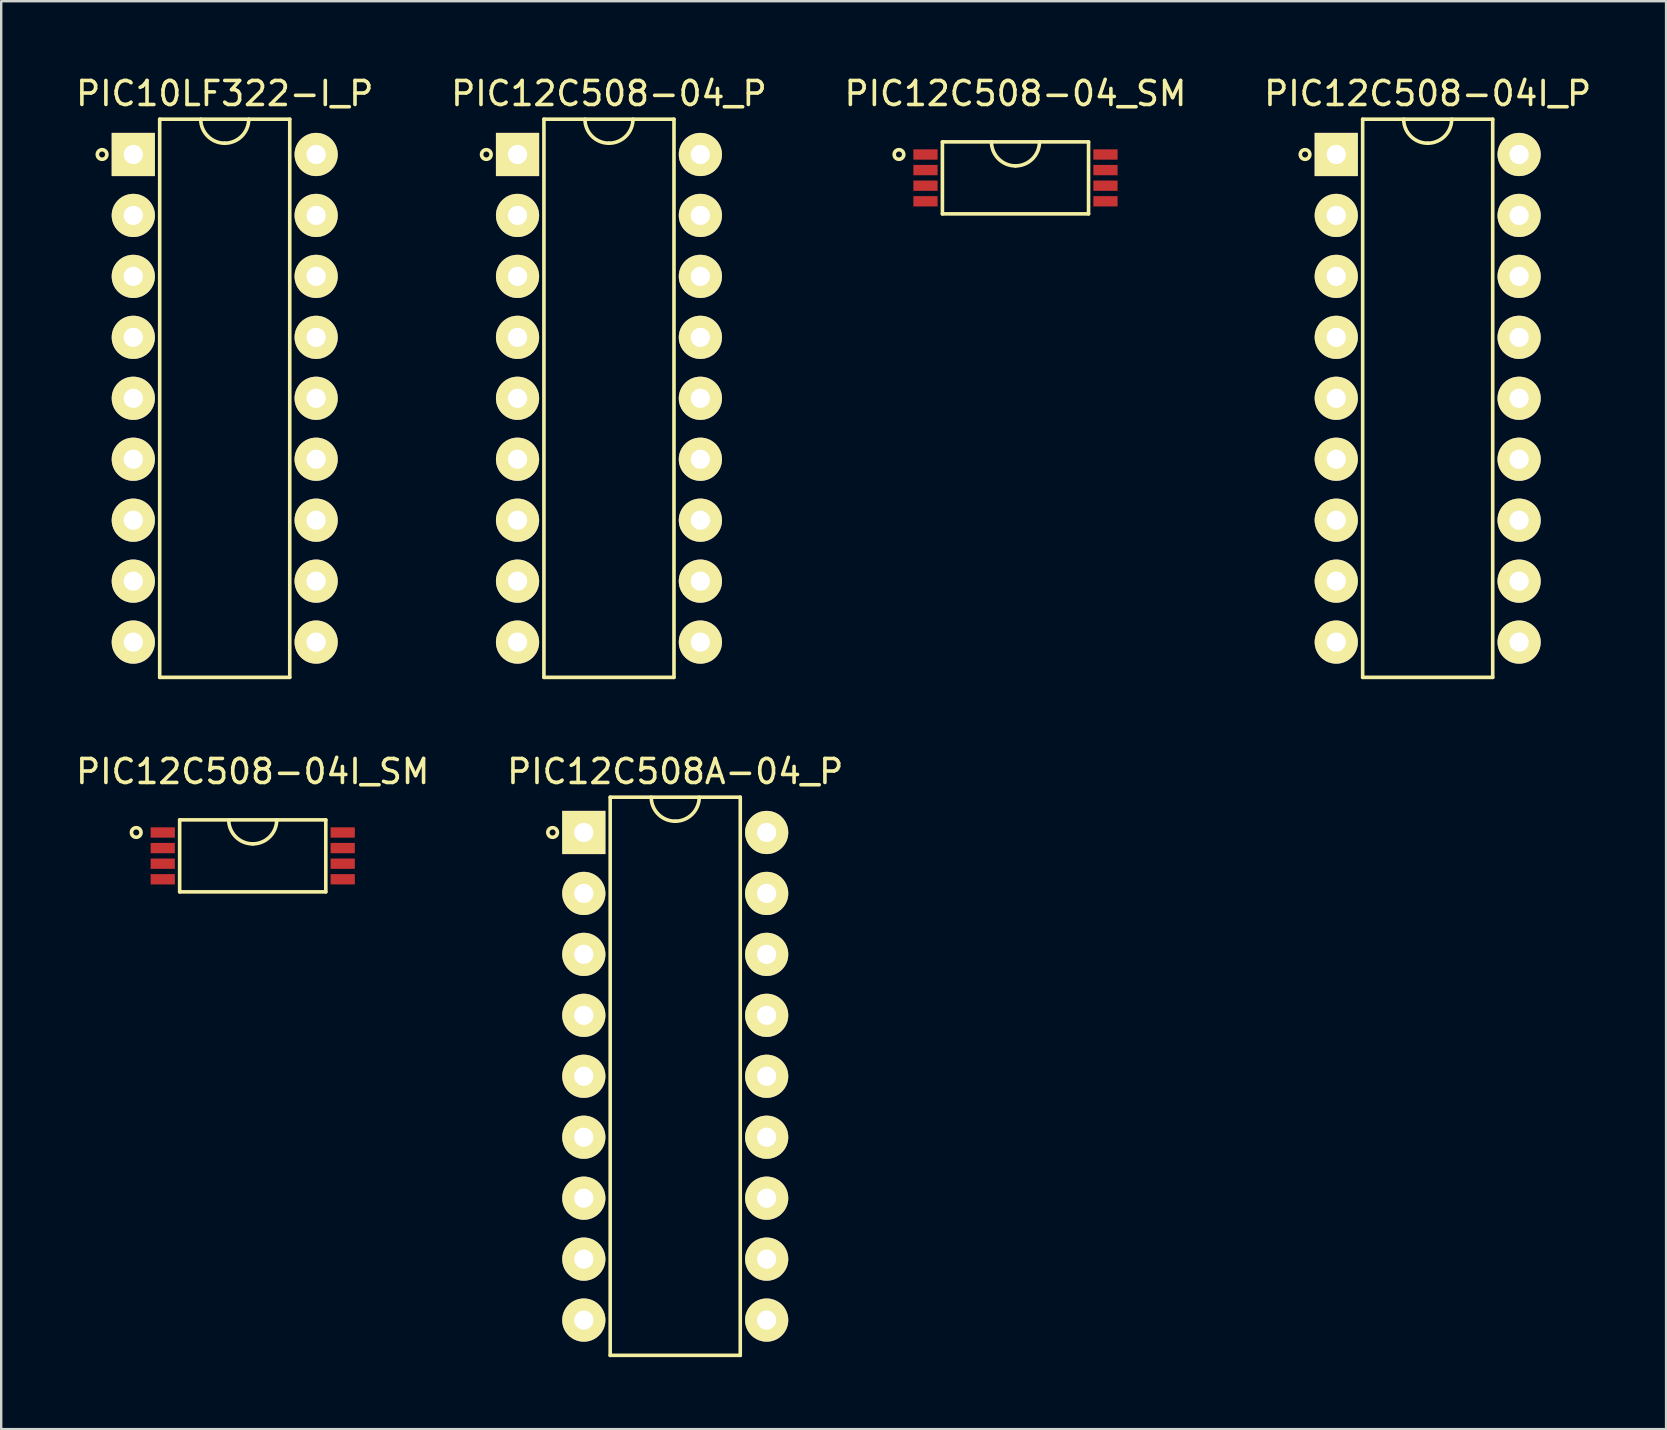
<source format=kicad_pcb>
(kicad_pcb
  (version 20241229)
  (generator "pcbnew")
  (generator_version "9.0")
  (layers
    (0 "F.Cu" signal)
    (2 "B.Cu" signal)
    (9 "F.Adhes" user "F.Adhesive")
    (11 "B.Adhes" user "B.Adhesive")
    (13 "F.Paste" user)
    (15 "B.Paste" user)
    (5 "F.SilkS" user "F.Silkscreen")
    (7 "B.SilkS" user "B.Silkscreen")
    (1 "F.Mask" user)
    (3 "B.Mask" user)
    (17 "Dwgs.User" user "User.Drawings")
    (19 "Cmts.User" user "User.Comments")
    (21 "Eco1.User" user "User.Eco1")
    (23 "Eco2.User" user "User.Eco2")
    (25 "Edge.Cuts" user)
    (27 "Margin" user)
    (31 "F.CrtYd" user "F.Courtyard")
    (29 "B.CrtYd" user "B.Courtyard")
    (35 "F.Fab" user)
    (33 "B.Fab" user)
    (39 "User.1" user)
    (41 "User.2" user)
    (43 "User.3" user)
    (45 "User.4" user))
  (footprint "PIC10LF322-I_P"
    (layer "F.Cu")
    (at 2.505 3.388)
    (property "Reference" "PIC10LF322-I_P" (at 3.81 -2.54 0) (layer "F.SilkS") (effects (font (size 1 1) (thickness 0.15))))
    (attr through_hole)
    (fp_line (start 1.1 -1.47) (end 6.52 -1.47) (stroke (width 0.15) (type solid)) (layer "F.SilkS"))
    (fp_line (start 1.1 21.79) (end 1.1 -1.47) (stroke (width 0.15) (type solid)) (layer "F.SilkS"))
    (fp_line (start 6.52 -1.47) (end 6.52 21.79) (stroke (width 0.15) (type solid)) (layer "F.SilkS"))
    (fp_line (start 6.52 21.79) (end 1.1 21.79) (stroke (width 0.15) (type solid)) (layer "F.SilkS"))
    (fp_arc (start 3.81 -0.47) (mid 3.102893 -0.762893) (end 2.81 -1.47) (stroke (width 0.15) (type solid)) (layer "F.SilkS"))
    (fp_arc (start 4.81 -1.47) (mid 4.517107 -0.762893) (end 3.81 -0.47) (stroke (width 0.15) (type solid)) (layer "F.SilkS"))
    (fp_circle (center -1.3 0) (end -1.3 0.2) (stroke (width 0.15) (type solid)) (fill no) (layer "F.SilkS"))
    (pad "1" thru_hole rect (at 0 0) (size 1.8 1.8) (drill 0.8) (layers "*.Cu" "*.Mask" "F.SilkS"))
    (pad "2" thru_hole circle (at 0 2.54) (size 1.8 1.8) (drill 0.8) (layers "*.Cu" "*.Mask" "F.SilkS"))
    (pad "3" thru_hole circle (at 0 5.08) (size 1.8 1.8) (drill 0.8) (layers "*.Cu" "*.Mask" "F.SilkS"))
    (pad "4" thru_hole circle (at 0 7.62) (size 1.8 1.8) (drill 0.8) (layers "*.Cu" "*.Mask" "F.SilkS"))
    (pad "5" thru_hole circle (at 0 10.16) (size 1.8 1.8) (drill 0.8) (layers "*.Cu" "*.Mask" "F.SilkS"))
    (pad "6" thru_hole circle (at 0 12.7) (size 1.8 1.8) (drill 0.8) (layers "*.Cu" "*.Mask" "F.SilkS"))
    (pad "7" thru_hole circle (at 0 15.24) (size 1.8 1.8) (drill 0.8) (layers "*.Cu" "*.Mask" "F.SilkS"))
    (pad "8" thru_hole circle (at 0 17.78) (size 1.8 1.8) (drill 0.8) (layers "*.Cu" "*.Mask" "F.SilkS"))
    (pad "9" thru_hole circle (at 0 20.32) (size 1.8 1.8) (drill 0.8) (layers "*.Cu" "*.Mask" "F.SilkS"))
    (pad "10" thru_hole circle (at 7.62 20.32) (size 1.8 1.8) (drill 0.8) (layers "*.Cu" "*.Mask" "F.SilkS"))
    (pad "11" thru_hole circle (at 7.62 17.78) (size 1.8 1.8) (drill 0.8) (layers "*.Cu" "*.Mask" "F.SilkS"))
    (pad "12" thru_hole circle (at 7.62 15.24) (size 1.8 1.8) (drill 0.8) (layers "*.Cu" "*.Mask" "F.SilkS"))
    (pad "13" thru_hole circle (at 7.62 12.7) (size 1.8 1.8) (drill 0.8) (layers "*.Cu" "*.Mask" "F.SilkS"))
    (pad "14" thru_hole circle (at 7.62 10.16) (size 1.8 1.8) (drill 0.8) (layers "*.Cu" "*.Mask" "F.SilkS"))
    (pad "15" thru_hole circle (at 7.62 7.62) (size 1.8 1.8) (drill 0.8) (layers "*.Cu" "*.Mask" "F.SilkS"))
    (pad "16" thru_hole circle (at 7.62 5.08) (size 1.8 1.8) (drill 0.8) (layers "*.Cu" "*.Mask" "F.SilkS"))
    (pad "17" thru_hole circle (at 7.62 2.54) (size 1.8 1.8) (drill 0.8) (layers "*.Cu" "*.Mask" "F.SilkS"))
    (pad "18" thru_hole circle (at 7.62 0) (size 1.8 1.8) (drill 0.8) (layers "*.Cu" "*.Mask" "F.SilkS")))
  (footprint "PIC12C508A-04_P"
    (layer "F.Cu")
    (at 21.279 31.642)
    (property "Reference" "PIC12C508A-04_P" (at 3.81 -2.54 0) (layer "F.SilkS") (effects (font (size 1 1) (thickness 0.15))))
    (attr through_hole)
    (fp_line (start 1.1 -1.47) (end 6.52 -1.47) (stroke (width 0.15) (type solid)) (layer "F.SilkS"))
    (fp_line (start 1.1 21.79) (end 1.1 -1.47) (stroke (width 0.15) (type solid)) (layer "F.SilkS"))
    (fp_line (start 6.52 -1.47) (end 6.52 21.79) (stroke (width 0.15) (type solid)) (layer "F.SilkS"))
    (fp_line (start 6.52 21.79) (end 1.1 21.79) (stroke (width 0.15) (type solid)) (layer "F.SilkS"))
    (fp_arc (start 3.81 -0.47) (mid 3.102893 -0.762893) (end 2.81 -1.47) (stroke (width 0.15) (type solid)) (layer "F.SilkS"))
    (fp_arc (start 4.81 -1.47) (mid 4.517107 -0.762893) (end 3.81 -0.47) (stroke (width 0.15) (type solid)) (layer "F.SilkS"))
    (fp_circle (center -1.3 0) (end -1.3 0.2) (stroke (width 0.15) (type solid)) (fill no) (layer "F.SilkS"))
    (pad "1" thru_hole rect (at 0 0) (size 1.8 1.8) (drill 0.8) (layers "*.Cu" "*.Mask" "F.SilkS"))
    (pad "2" thru_hole circle (at 0 2.54) (size 1.8 1.8) (drill 0.8) (layers "*.Cu" "*.Mask" "F.SilkS"))
    (pad "3" thru_hole circle (at 0 5.08) (size 1.8 1.8) (drill 0.8) (layers "*.Cu" "*.Mask" "F.SilkS"))
    (pad "4" thru_hole circle (at 0 7.62) (size 1.8 1.8) (drill 0.8) (layers "*.Cu" "*.Mask" "F.SilkS"))
    (pad "5" thru_hole circle (at 0 10.16) (size 1.8 1.8) (drill 0.8) (layers "*.Cu" "*.Mask" "F.SilkS"))
    (pad "6" thru_hole circle (at 0 12.7) (size 1.8 1.8) (drill 0.8) (layers "*.Cu" "*.Mask" "F.SilkS"))
    (pad "7" thru_hole circle (at 0 15.24) (size 1.8 1.8) (drill 0.8) (layers "*.Cu" "*.Mask" "F.SilkS"))
    (pad "8" thru_hole circle (at 0 17.78) (size 1.8 1.8) (drill 0.8) (layers "*.Cu" "*.Mask" "F.SilkS"))
    (pad "9" thru_hole circle (at 0 20.32) (size 1.8 1.8) (drill 0.8) (layers "*.Cu" "*.Mask" "F.SilkS"))
    (pad "10" thru_hole circle (at 7.62 20.32) (size 1.8 1.8) (drill 0.8) (layers "*.Cu" "*.Mask" "F.SilkS"))
    (pad "11" thru_hole circle (at 7.62 17.78) (size 1.8 1.8) (drill 0.8) (layers "*.Cu" "*.Mask" "F.SilkS"))
    (pad "12" thru_hole circle (at 7.62 15.24) (size 1.8 1.8) (drill 0.8) (layers "*.Cu" "*.Mask" "F.SilkS"))
    (pad "13" thru_hole circle (at 7.62 12.7) (size 1.8 1.8) (drill 0.8) (layers "*.Cu" "*.Mask" "F.SilkS"))
    (pad "14" thru_hole circle (at 7.62 10.16) (size 1.8 1.8) (drill 0.8) (layers "*.Cu" "*.Mask" "F.SilkS"))
    (pad "15" thru_hole circle (at 7.62 7.62) (size 1.8 1.8) (drill 0.8) (layers "*.Cu" "*.Mask" "F.SilkS"))
    (pad "16" thru_hole circle (at 7.62 5.08) (size 1.8 1.8) (drill 0.8) (layers "*.Cu" "*.Mask" "F.SilkS"))
    (pad "17" thru_hole circle (at 7.62 2.54) (size 1.8 1.8) (drill 0.8) (layers "*.Cu" "*.Mask" "F.SilkS"))
    (pad "18" thru_hole circle (at 7.62 0) (size 1.8 1.8) (drill 0.8) (layers "*.Cu" "*.Mask" "F.SilkS")))
  (footprint "PIC12C508-04I_SM"
    (layer "F.Cu")
    (at 3.732 31.642)
    (property "Reference" "PIC12C508-04I_SM" (at 3.75 -2.54 0) (layer "F.SilkS") (effects (font (size 1 1) (thickness 0.15))))
    (attr through_hole)
    (fp_line (start 0.705 -0.525) (end 6.795 -0.525) (stroke (width 0.15) (type solid)) (layer "F.SilkS"))
    (fp_line (start 0.705 2.475) (end 0.705 -0.525) (stroke (width 0.15) (type solid)) (layer "F.SilkS"))
    (fp_line (start 6.795 -0.525) (end 6.795 2.475) (stroke (width 0.15) (type solid)) (layer "F.SilkS"))
    (fp_line (start 6.795 2.475) (end 0.705 2.475) (stroke (width 0.15) (type solid)) (layer "F.SilkS"))
    (fp_arc (start 3.75 0.475) (mid 3.042893 0.182107) (end 2.75 -0.525) (stroke (width 0.15) (type solid)) (layer "F.SilkS"))
    (fp_arc (start 4.75 -0.525) (mid 4.457107 0.182107) (end 3.75 0.475) (stroke (width 0.15) (type solid)) (layer "F.SilkS"))
    (fp_circle (center -1.105 0) (end -1.105 0.2) (stroke (width 0.15) (type solid)) (fill no) (layer "F.SilkS"))
    (pad "1" smd rect (at 0 0) (size 1.01 0.43) (layers "F.Cu" "F.Mask" "F.Paste"))
    (pad "2" smd rect (at 0 0.65) (size 1.01 0.43) (layers "F.Cu" "F.Mask" "F.Paste"))
    (pad "3" smd rect (at 0 1.3) (size 1.01 0.43) (layers "F.Cu" "F.Mask" "F.Paste"))
    (pad "4" smd rect (at 0 1.95) (size 1.01 0.43) (layers "F.Cu" "F.Mask" "F.Paste"))
    (pad "5" smd rect (at 7.5 1.95) (size 1.01 0.43) (layers "F.Cu" "F.Mask" "F.Paste"))
    (pad "6" smd rect (at 7.5 1.3) (size 1.01 0.43) (layers "F.Cu" "F.Mask" "F.Paste"))
    (pad "7" smd rect (at 7.5 0.65) (size 1.01 0.43) (layers "F.Cu" "F.Mask" "F.Paste"))
    (pad "8" smd rect (at 7.5 0) (size 1.01 0.43) (layers "F.Cu" "F.Mask" "F.Paste")))
  (footprint "PIC12C508-04_SM"
    (layer "F.Cu")
    (at 35.518 3.388)
    (property "Reference" "PIC12C508-04_SM" (at 3.75 -2.54 0) (layer "F.SilkS") (effects (font (size 1 1) (thickness 0.15))))
    (attr through_hole)
    (fp_line (start 0.705 -0.525) (end 6.795 -0.525) (stroke (width 0.15) (type solid)) (layer "F.SilkS"))
    (fp_line (start 0.705 2.475) (end 0.705 -0.525) (stroke (width 0.15) (type solid)) (layer "F.SilkS"))
    (fp_line (start 6.795 -0.525) (end 6.795 2.475) (stroke (width 0.15) (type solid)) (layer "F.SilkS"))
    (fp_line (start 6.795 2.475) (end 0.705 2.475) (stroke (width 0.15) (type solid)) (layer "F.SilkS"))
    (fp_arc (start 3.75 0.475) (mid 3.042893 0.182107) (end 2.75 -0.525) (stroke (width 0.15) (type solid)) (layer "F.SilkS"))
    (fp_arc (start 4.75 -0.525) (mid 4.457107 0.182107) (end 3.75 0.475) (stroke (width 0.15) (type solid)) (layer "F.SilkS"))
    (fp_circle (center -1.105 0) (end -1.105 0.2) (stroke (width 0.15) (type solid)) (fill no) (layer "F.SilkS"))
    (pad "1" smd rect (at 0 0) (size 1.01 0.43) (layers "F.Cu" "F.Mask" "F.Paste"))
    (pad "2" smd rect (at 0 0.65) (size 1.01 0.43) (layers "F.Cu" "F.Mask" "F.Paste"))
    (pad "3" smd rect (at 0 1.3) (size 1.01 0.43) (layers "F.Cu" "F.Mask" "F.Paste"))
    (pad "4" smd rect (at 0 1.95) (size 1.01 0.43) (layers "F.Cu" "F.Mask" "F.Paste"))
    (pad "5" smd rect (at 7.5 1.95) (size 1.01 0.43) (layers "F.Cu" "F.Mask" "F.Paste"))
    (pad "6" smd rect (at 7.5 1.3) (size 1.01 0.43) (layers "F.Cu" "F.Mask" "F.Paste"))
    (pad "7" smd rect (at 7.5 0.65) (size 1.01 0.43) (layers "F.Cu" "F.Mask" "F.Paste"))
    (pad "8" smd rect (at 7.5 0) (size 1.01 0.43) (layers "F.Cu" "F.Mask" "F.Paste")))
  (footprint "PIC12C508-04_P"
    (layer "F.Cu")
    (at 18.517 3.388)
    (property "Reference" "PIC12C508-04_P" (at 3.81 -2.54 0) (layer "F.SilkS") (effects (font (size 1 1) (thickness 0.15))))
    (attr through_hole)
    (fp_line (start 1.1 -1.47) (end 6.52 -1.47) (stroke (width 0.15) (type solid)) (layer "F.SilkS"))
    (fp_line (start 1.1 21.79) (end 1.1 -1.47) (stroke (width 0.15) (type solid)) (layer "F.SilkS"))
    (fp_line (start 6.52 -1.47) (end 6.52 21.79) (stroke (width 0.15) (type solid)) (layer "F.SilkS"))
    (fp_line (start 6.52 21.79) (end 1.1 21.79) (stroke (width 0.15) (type solid)) (layer "F.SilkS"))
    (fp_arc (start 3.81 -0.47) (mid 3.102893 -0.762893) (end 2.81 -1.47) (stroke (width 0.15) (type solid)) (layer "F.SilkS"))
    (fp_arc (start 4.81 -1.47) (mid 4.517107 -0.762893) (end 3.81 -0.47) (stroke (width 0.15) (type solid)) (layer "F.SilkS"))
    (fp_circle (center -1.3 0) (end -1.3 0.2) (stroke (width 0.15) (type solid)) (fill no) (layer "F.SilkS"))
    (pad "1" thru_hole rect (at 0 0) (size 1.8 1.8) (drill 0.8) (layers "*.Cu" "*.Mask" "F.SilkS"))
    (pad "2" thru_hole circle (at 0 2.54) (size 1.8 1.8) (drill 0.8) (layers "*.Cu" "*.Mask" "F.SilkS"))
    (pad "3" thru_hole circle (at 0 5.08) (size 1.8 1.8) (drill 0.8) (layers "*.Cu" "*.Mask" "F.SilkS"))
    (pad "4" thru_hole circle (at 0 7.62) (size 1.8 1.8) (drill 0.8) (layers "*.Cu" "*.Mask" "F.SilkS"))
    (pad "5" thru_hole circle (at 0 10.16) (size 1.8 1.8) (drill 0.8) (layers "*.Cu" "*.Mask" "F.SilkS"))
    (pad "6" thru_hole circle (at 0 12.7) (size 1.8 1.8) (drill 0.8) (layers "*.Cu" "*.Mask" "F.SilkS"))
    (pad "7" thru_hole circle (at 0 15.24) (size 1.8 1.8) (drill 0.8) (layers "*.Cu" "*.Mask" "F.SilkS"))
    (pad "8" thru_hole circle (at 0 17.78) (size 1.8 1.8) (drill 0.8) (layers "*.Cu" "*.Mask" "F.SilkS"))
    (pad "9" thru_hole circle (at 0 20.32) (size 1.8 1.8) (drill 0.8) (layers "*.Cu" "*.Mask" "F.SilkS"))
    (pad "10" thru_hole circle (at 7.62 20.32) (size 1.8 1.8) (drill 0.8) (layers "*.Cu" "*.Mask" "F.SilkS"))
    (pad "11" thru_hole circle (at 7.62 17.78) (size 1.8 1.8) (drill 0.8) (layers "*.Cu" "*.Mask" "F.SilkS"))
    (pad "12" thru_hole circle (at 7.62 15.24) (size 1.8 1.8) (drill 0.8) (layers "*.Cu" "*.Mask" "F.SilkS"))
    (pad "13" thru_hole circle (at 7.62 12.7) (size 1.8 1.8) (drill 0.8) (layers "*.Cu" "*.Mask" "F.SilkS"))
    (pad "14" thru_hole circle (at 7.62 10.16) (size 1.8 1.8) (drill 0.8) (layers "*.Cu" "*.Mask" "F.SilkS"))
    (pad "15" thru_hole circle (at 7.62 7.62) (size 1.8 1.8) (drill 0.8) (layers "*.Cu" "*.Mask" "F.SilkS"))
    (pad "16" thru_hole circle (at 7.62 5.08) (size 1.8 1.8) (drill 0.8) (layers "*.Cu" "*.Mask" "F.SilkS"))
    (pad "17" thru_hole circle (at 7.62 2.54) (size 1.8 1.8) (drill 0.8) (layers "*.Cu" "*.Mask" "F.SilkS"))
    (pad "18" thru_hole circle (at 7.62 0) (size 1.8 1.8) (drill 0.8) (layers "*.Cu" "*.Mask" "F.SilkS")))
  (footprint "PIC12C508-04I_P"
    (layer "F.Cu")
    (at 52.636 3.388)
    (property "Reference" "PIC12C508-04I_P" (at 3.81 -2.54 0) (layer "F.SilkS") (effects (font (size 1 1) (thickness 0.15))))
    (attr through_hole)
    (fp_line (start 1.1 -1.47) (end 6.52 -1.47) (stroke (width 0.15) (type solid)) (layer "F.SilkS"))
    (fp_line (start 1.1 21.79) (end 1.1 -1.47) (stroke (width 0.15) (type solid)) (layer "F.SilkS"))
    (fp_line (start 6.52 -1.47) (end 6.52 21.79) (stroke (width 0.15) (type solid)) (layer "F.SilkS"))
    (fp_line (start 6.52 21.79) (end 1.1 21.79) (stroke (width 0.15) (type solid)) (layer "F.SilkS"))
    (fp_arc (start 3.81 -0.47) (mid 3.102893 -0.762893) (end 2.81 -1.47) (stroke (width 0.15) (type solid)) (layer "F.SilkS"))
    (fp_arc (start 4.81 -1.47) (mid 4.517107 -0.762893) (end 3.81 -0.47) (stroke (width 0.15) (type solid)) (layer "F.SilkS"))
    (fp_circle (center -1.3 0) (end -1.3 0.2) (stroke (width 0.15) (type solid)) (fill no) (layer "F.SilkS"))
    (pad "1" thru_hole rect (at 0 0) (size 1.8 1.8) (drill 0.8) (layers "*.Cu" "*.Mask" "F.SilkS"))
    (pad "2" thru_hole circle (at 0 2.54) (size 1.8 1.8) (drill 0.8) (layers "*.Cu" "*.Mask" "F.SilkS"))
    (pad "3" thru_hole circle (at 0 5.08) (size 1.8 1.8) (drill 0.8) (layers "*.Cu" "*.Mask" "F.SilkS"))
    (pad "4" thru_hole circle (at 0 7.62) (size 1.8 1.8) (drill 0.8) (layers "*.Cu" "*.Mask" "F.SilkS"))
    (pad "5" thru_hole circle (at 0 10.16) (size 1.8 1.8) (drill 0.8) (layers "*.Cu" "*.Mask" "F.SilkS"))
    (pad "6" thru_hole circle (at 0 12.7) (size 1.8 1.8) (drill 0.8) (layers "*.Cu" "*.Mask" "F.SilkS"))
    (pad "7" thru_hole circle (at 0 15.24) (size 1.8 1.8) (drill 0.8) (layers "*.Cu" "*.Mask" "F.SilkS"))
    (pad "8" thru_hole circle (at 0 17.78) (size 1.8 1.8) (drill 0.8) (layers "*.Cu" "*.Mask" "F.SilkS"))
    (pad "9" thru_hole circle (at 0 20.32) (size 1.8 1.8) (drill 0.8) (layers "*.Cu" "*.Mask" "F.SilkS"))
    (pad "10" thru_hole circle (at 7.62 20.32) (size 1.8 1.8) (drill 0.8) (layers "*.Cu" "*.Mask" "F.SilkS"))
    (pad "11" thru_hole circle (at 7.62 17.78) (size 1.8 1.8) (drill 0.8) (layers "*.Cu" "*.Mask" "F.SilkS"))
    (pad "12" thru_hole circle (at 7.62 15.24) (size 1.8 1.8) (drill 0.8) (layers "*.Cu" "*.Mask" "F.SilkS"))
    (pad "13" thru_hole circle (at 7.62 12.7) (size 1.8 1.8) (drill 0.8) (layers "*.Cu" "*.Mask" "F.SilkS"))
    (pad "14" thru_hole circle (at 7.62 10.16) (size 1.8 1.8) (drill 0.8) (layers "*.Cu" "*.Mask" "F.SilkS"))
    (pad "15" thru_hole circle (at 7.62 7.62) (size 1.8 1.8) (drill 0.8) (layers "*.Cu" "*.Mask" "F.SilkS"))
    (pad "16" thru_hole circle (at 7.62 5.08) (size 1.8 1.8) (drill 0.8) (layers "*.Cu" "*.Mask" "F.SilkS"))
    (pad "17" thru_hole circle (at 7.62 2.54) (size 1.8 1.8) (drill 0.8) (layers "*.Cu" "*.Mask" "F.SilkS"))
    (pad "18" thru_hole circle (at 7.62 0) (size 1.8 1.8) (drill 0.8) (layers "*.Cu" "*.Mask" "F.SilkS")))
  (gr_rect
    (start -3 -3)
    (end 66.381 56.507)
    (stroke (width 0.1) (type default))
    (fill no)
    (layer "Edge.Cuts")))
</source>
